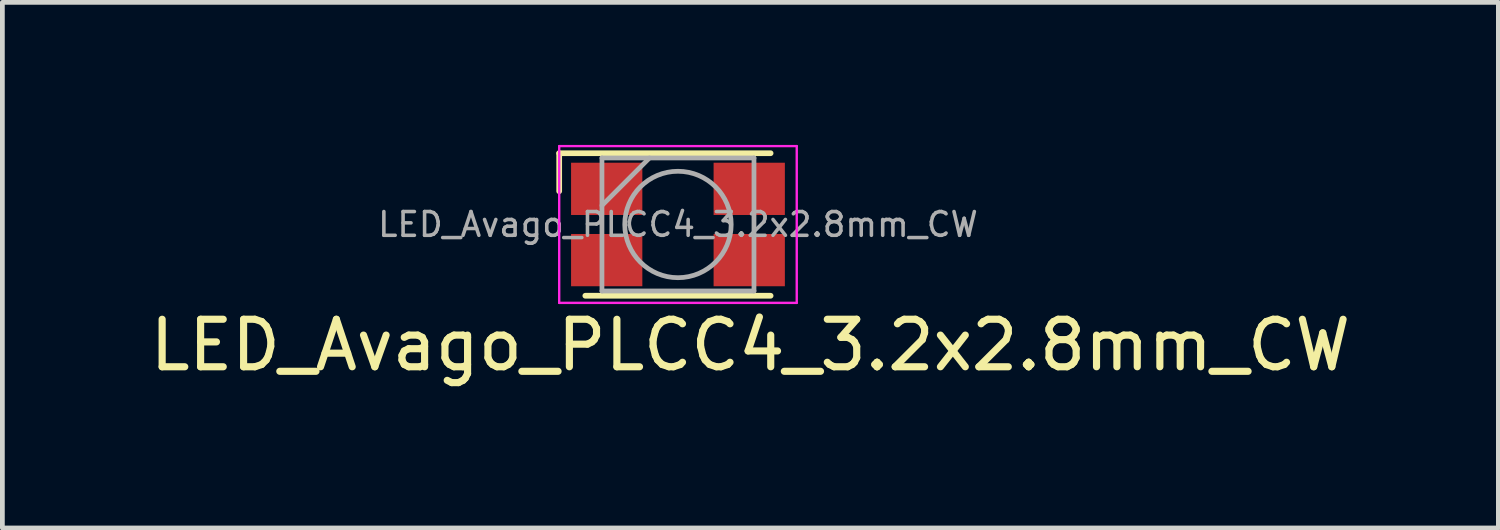
<source format=kicad_pcb>
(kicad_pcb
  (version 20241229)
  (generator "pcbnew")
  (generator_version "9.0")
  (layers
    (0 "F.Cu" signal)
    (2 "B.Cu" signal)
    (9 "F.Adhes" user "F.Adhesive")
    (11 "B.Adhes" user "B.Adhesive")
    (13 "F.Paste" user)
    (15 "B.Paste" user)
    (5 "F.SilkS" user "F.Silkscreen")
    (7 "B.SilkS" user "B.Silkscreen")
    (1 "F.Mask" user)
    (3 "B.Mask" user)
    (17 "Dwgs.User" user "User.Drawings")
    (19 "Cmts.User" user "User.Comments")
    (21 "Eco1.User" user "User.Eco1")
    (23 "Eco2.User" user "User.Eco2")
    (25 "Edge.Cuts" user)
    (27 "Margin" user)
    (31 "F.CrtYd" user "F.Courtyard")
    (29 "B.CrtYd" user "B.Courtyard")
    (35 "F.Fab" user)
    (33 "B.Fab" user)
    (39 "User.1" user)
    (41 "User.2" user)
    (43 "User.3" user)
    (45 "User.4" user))
  (footprint "LED_Avago_PLCC4_3.2x2.8mm_CW"
    (layer "F.Cu")
    (at 11.22 1.675)
    (property "Reference" "LED_Avago_PLCC4_3.2x2.8mm_CW" (at 1.524 2.54 0) (layer "F.SilkS") (effects (font (size 1 1) (thickness 0.15))))
    (attr smd)
    (fp_line (start -2.5 -1.5) (end 1.95 -1.5) (stroke (width 0.12) (type solid)) (layer "F.SilkS"))
    (fp_line (start -2.5 -0.7) (end -2.5 -1.5) (stroke (width 0.12) (type solid)) (layer "F.SilkS"))
    (fp_line (start -1.95 1.5) (end 1.95 1.5) (stroke (width 0.12) (type solid)) (layer "F.SilkS"))
    (fp_line (start -2.5 -1.65) (end -2.5 1.65) (stroke (width 0.05) (type solid)) (layer "F.CrtYd"))
    (fp_line (start -2.5 -1.65) (end 2.5 -1.65) (stroke (width 0.05) (type solid)) (layer "F.CrtYd"))
    (fp_line (start 2.5 1.65) (end -2.5 1.65) (stroke (width 0.05) (type solid)) (layer "F.CrtYd"))
    (fp_line (start 2.5 1.65) (end 2.5 -1.65) (stroke (width 0.05) (type solid)) (layer "F.CrtYd"))
    (fp_line (start -1.6 1.4) (end 1.6 1.4) (stroke (width 0.1) (type solid)) (layer "F.Fab"))
    (fp_line (start -1.6 -1.4) (end -1.6 1.4) (stroke (width 0.1) (type solid)) (layer "F.Fab"))
    (fp_line (start -0.6 -1.4) (end -1.6 -0.4) (stroke (width 0.1) (type solid)) (layer "F.Fab"))
    (fp_line (start 1.6 1.4) (end 1.6 -1.4) (stroke (width 0.1) (type solid)) (layer "F.Fab"))
    (fp_line (start 1.6 -1.4) (end -1.6 -1.4) (stroke (width 0.1) (type solid)) (layer "F.Fab"))
    (fp_circle (center 0 0) (end 1.12 -0.000001) (stroke (width 0.1) (type solid)) (fill no) (layer "F.Fab"))
    (fp_text user "${REFERENCE}" (at 0 0 0) (layer "F.Fab") (effects (font (size 0.5 0.5) (thickness 0.075))))
    (pad "1" smd rect (at -1.5 -0.75) (size 1.5 1.1) (layers "F.Cu" "F.Mask" "F.Paste"))
    (pad "2" smd rect (at -1.5 0.75) (size 1.5 1.1) (layers "F.Cu" "F.Mask" "F.Paste"))
    (pad "2" smd rect (at 1.5 -0.75) (size 1.5 1.1) (layers "F.Cu" "F.Mask" "F.Paste"))
    (pad "2" smd rect (at 1.5 0.75) (size 1.5 1.1) (layers "F.Cu" "F.Mask" "F.Paste")))
  (gr_rect
    (start -3 -3)
    (end 28.488 8.063)
    (stroke (width 0.1) (type default))
    (fill no)
    (layer "Edge.Cuts")))
</source>
